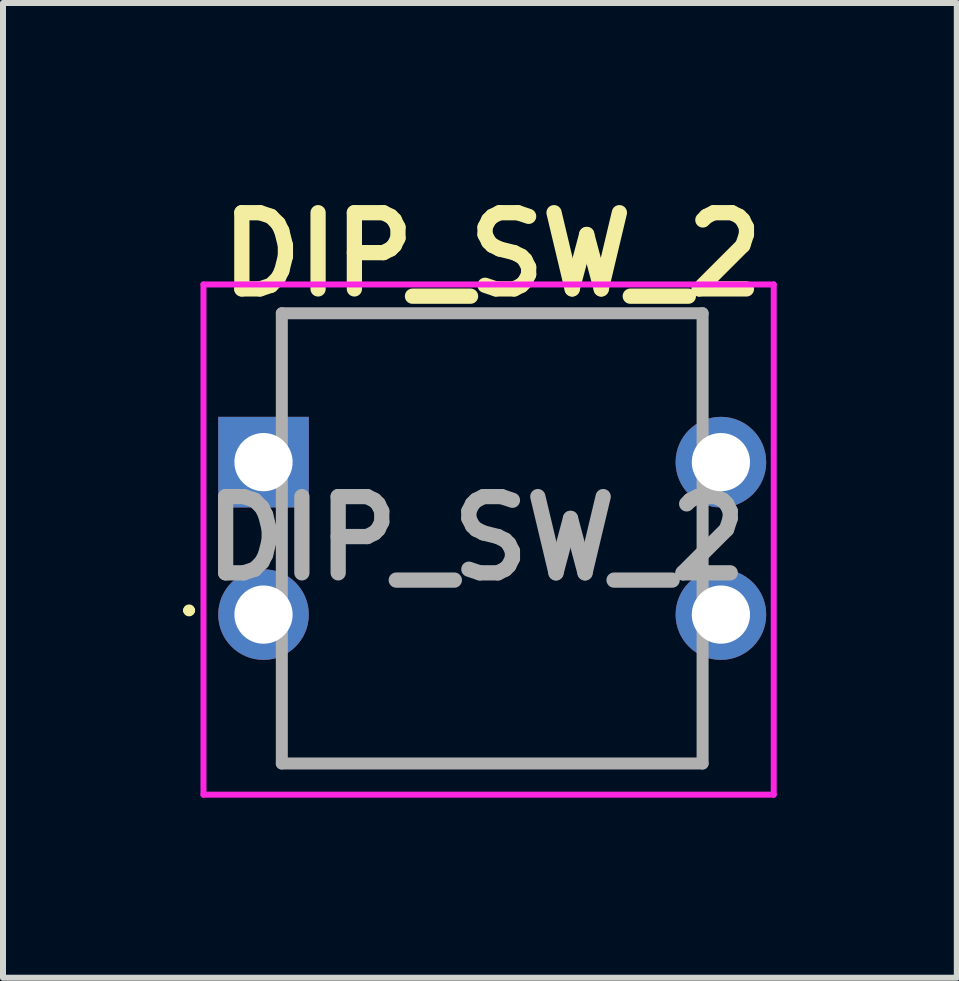
<source format=kicad_pcb>
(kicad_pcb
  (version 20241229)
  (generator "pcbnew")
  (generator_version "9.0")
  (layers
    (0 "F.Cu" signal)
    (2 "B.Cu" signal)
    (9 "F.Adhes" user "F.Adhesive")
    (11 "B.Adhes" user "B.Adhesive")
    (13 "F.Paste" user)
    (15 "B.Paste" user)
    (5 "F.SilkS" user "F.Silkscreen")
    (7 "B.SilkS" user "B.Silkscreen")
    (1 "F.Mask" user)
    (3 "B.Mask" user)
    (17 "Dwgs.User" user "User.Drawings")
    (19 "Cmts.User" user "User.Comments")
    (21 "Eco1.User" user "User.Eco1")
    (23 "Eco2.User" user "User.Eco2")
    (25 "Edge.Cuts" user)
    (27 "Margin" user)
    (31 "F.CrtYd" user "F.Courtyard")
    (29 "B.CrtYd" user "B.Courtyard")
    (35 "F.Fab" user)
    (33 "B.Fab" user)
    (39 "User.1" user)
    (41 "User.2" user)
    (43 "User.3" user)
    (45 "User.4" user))
  (footprint "DIP_SW_2"
    (layer "F.Cu")
    (at 1.34 7.189)
    (property "Reference" "DIP_SW_2" (at 3.812 -6 0) (layer "F.SilkS") (effects (font (size 1.27 1.27) (thickness 0.254))))
    (attr through_hole)
    (fp_line (start -1.29 -0.07) (end -1.29 -0.07) (stroke (width 0.1) (type solid)) (layer "F.SilkS"))
    (fp_line (start -1.19 -0.07) (end -1.19 -0.07) (stroke (width 0.1) (type solid)) (layer "F.SilkS"))
    (fp_line (start 0.31 -5.02) (end 7.315 -5.02) (stroke (width 0.1) (type solid)) (layer "F.SilkS"))
    (fp_line (start 0.31 -3.37) (end 0.31 -5.02) (stroke (width 0.1) (type solid)) (layer "F.SilkS"))
    (fp_line (start 0.31 0.93) (end 0.31 2.48) (stroke (width 0.1) (type solid)) (layer "F.SilkS"))
    (fp_line (start 0.31 2.48) (end 7.315 2.48) (stroke (width 0.1) (type solid)) (layer "F.SilkS"))
    (fp_line (start 7.315 -5.02) (end 7.31 -3.47) (stroke (width 0.1) (type solid)) (layer "F.SilkS"))
    (fp_line (start 7.315 2.48) (end 7.315 0.93) (stroke (width 0.1) (type solid)) (layer "F.SilkS"))
    (fp_arc (start -1.29 -0.07) (mid -1.24 -0.12) (end -1.19 -0.07) (stroke (width 0.1) (type solid)) (layer "F.SilkS"))
    (fp_arc (start -1.19 -0.07) (mid -1.24 -0.02) (end -1.29 -0.07) (stroke (width 0.1) (type solid)) (layer "F.SilkS"))
    (fp_line (start -1 -5.5) (end 8.5 -5.5) (stroke (width 0.1) (type solid)) (layer "F.CrtYd"))
    (fp_line (start -1 3) (end -1 -5.5) (stroke (width 0.1) (type solid)) (layer "F.CrtYd"))
    (fp_line (start 8.5 -5.5) (end 8.5 3) (stroke (width 0.1) (type solid)) (layer "F.CrtYd"))
    (fp_line (start 8.5 3) (end -1 3) (stroke (width 0.1) (type solid)) (layer "F.CrtYd"))
    (fp_line (start 0.305 -5.02) (end 7.315 -5.02) (stroke (width 0.2) (type solid)) (layer "F.Fab"))
    (fp_line (start 0.305 2.48) (end 0.305 -5.02) (stroke (width 0.2) (type solid)) (layer "F.Fab"))
    (fp_line (start 7.315 -5.02) (end 7.315 2.48) (stroke (width 0.2) (type solid)) (layer "F.Fab"))
    (fp_line (start 7.315 2.48) (end 0.305 2.48) (stroke (width 0.2) (type solid)) (layer "F.Fab"))
    (fp_text user "${REFERENCE}" (at 3.542 -1.27 0) (layer "F.Fab") (effects (font (size 1.27 1.27) (thickness 0.254))))
    (pad "A1" thru_hole rect (at 0 -2.54) (size 1.509 1.509) (drill 0.97) (layers "*.Cu" "*.Mask"))
    (pad "A2" thru_hole circle (at 0 0) (size 1.509 1.509) (drill 0.97) (layers "*.Cu" "*.Mask"))
    (pad "B1" thru_hole circle (at 7.62 -2.54) (size 1.509 1.509) (drill 0.97) (layers "*.Cu" "*.Mask"))
    (pad "B2" thru_hole circle (at 7.62 0) (size 1.509 1.509) (drill 0.97) (layers "*.Cu" "*.Mask")))
  (gr_rect
    (start -3 -3)
    (end 12.89 13.239)
    (stroke (width 0.1) (type default))
    (fill no)
    (layer "Edge.Cuts")))
</source>
